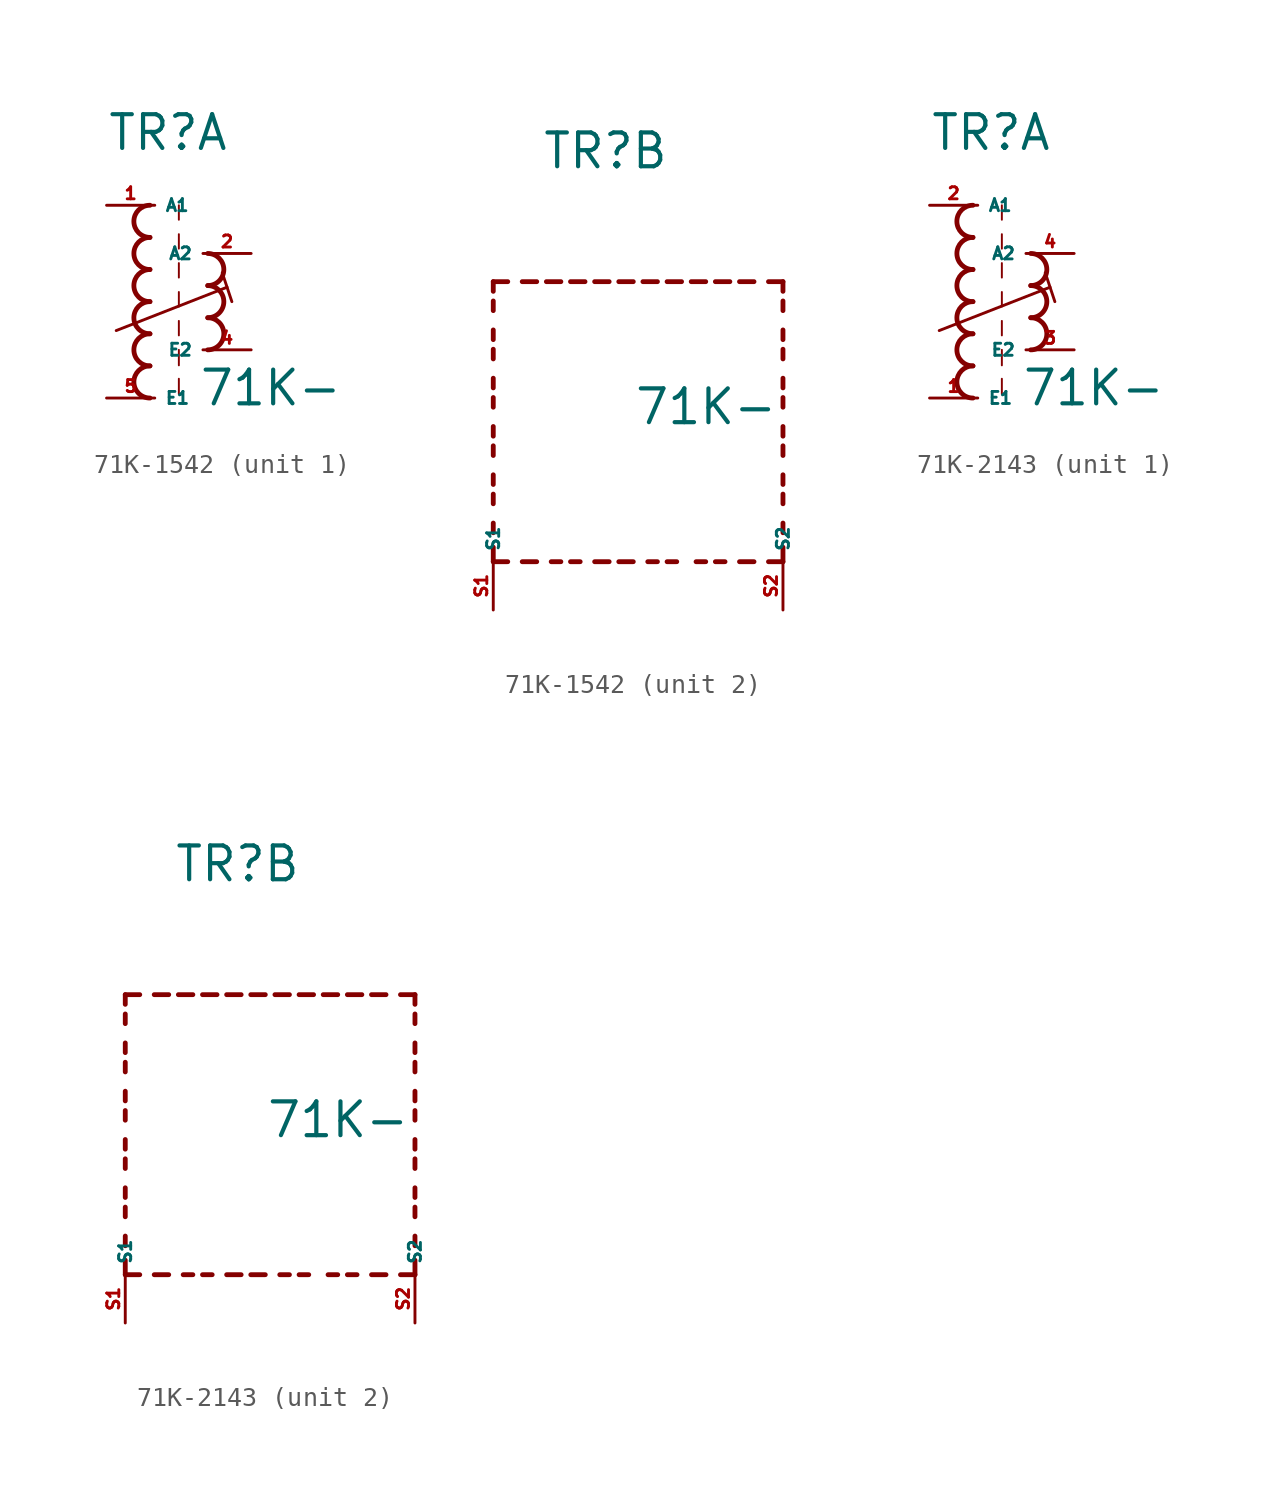
<source format=kicad_sym>
(kicad_symbol_lib
  (version 20220914)
  (generator kicad_symbol_editor)
  (symbol "71K-1542"
    (property "Reference" "TR"
      (at -2.54 7.874 0)
      (effects (font (size 1.778 1.778) (thickness 0.22)) (justify left bottom)))
    (property "Value" "71K-"
      (at 2.286 -5.588 0)
      (effects (font (size 1.778 1.778) (thickness 0.22)) (justify left bottom)))
    (symbol "71K-1542_1_0"
      (arc (start -0.254 -3.3866) (mid -1.1004 -4.2333) (end -0.254 -5.08) (stroke (width 0.254) (type default)) (fill (type none)))
      (arc (start -0.254 -1.6932) (mid -1.1004 -2.5399) (end -0.254 -3.3866) (stroke (width 0.254) (type default)) (fill (type none)))
      (arc (start -0.254 0) (mid -1.1004 -0.8467) (end -0.254 -1.6934) (stroke (width 0.254) (type default)) (fill (type none)))
      (arc (start -0.254 1.6934) (mid -1.1004 0.8467) (end -0.254 0) (stroke (width 0.254) (type default)) (fill (type none)))
      (arc (start -0.254 3.3866) (mid -1.1002 2.54) (end -0.254 1.6934) (stroke (width 0.254) (type default)) (fill (type none)))
      (arc (start -0.254 5.08) (mid -1.1004 4.2333) (end -0.254 3.3866) (stroke (width 0.254) (type default)) (fill (type none)))
      (polyline (pts (xy -2.032 -1.524) (xy 3.81 0.762)) (stroke (width 0.152) (type default)) (fill (type none)))
      (polyline (pts (xy 1.27 -4.064) (xy 1.27 -4.88)) (stroke (width 0.102) (type default)) (fill (type none)))
      (polyline (pts (xy 1.27 -2.54) (xy 1.27 -3.356)) (stroke (width 0.102) (type default)) (fill (type none)))
      (polyline (pts (xy 1.27 -1.016) (xy 1.27 -1.778)) (stroke (width 0.102) (type default)) (fill (type none)))
      (polyline (pts (xy 1.27 0.508) (xy 1.27 -0.254)) (stroke (width 0.102) (type default)) (fill (type none)))
      (polyline (pts (xy 1.27 2.032) (xy 1.27 1.27)) (stroke (width 0.102) (type default)) (fill (type none)))
      (polyline (pts (xy 1.27 3.556) (xy 1.27 2.794)) (stroke (width 0.102) (type default)) (fill (type none)))
      (polyline (pts (xy 1.27 5.08) (xy 1.27 4.318)) (stroke (width 0.102) (type default)) (fill (type none)))
      (polyline (pts (xy 3.556 1.524) (xy 4.064 0)) (stroke (width 0.152) (type default)) (fill (type none)))
      (arc (start 2.794 -2.54) (mid 3.6404 -1.6933) (end 2.794 -0.8466) (stroke (width 0.254) (type default)) (fill (type none)))
      (arc (start 2.794 -0.8466) (mid 3.6402 0) (end 2.794 0.8466) (stroke (width 0.254) (type default)) (fill (type none)))
      (arc (start 2.794 0.8466) (mid 3.6404 1.6933) (end 2.794 2.54) (stroke (width 0.254) (type default)) (fill (type none)))
      (pin passive line (at -2.54 5.08 0) (length 2.54) (name "A1" (effects (font (size 0.635 0.635)))) (number "1" (effects (font (size 0.635 0.635)))))
      (pin passive line (at 5.08 2.54 180) (length 2.54) (name "A2" (effects (font (size 0.635 0.635)))) (number "2" (effects (font (size 0.635 0.635)))))
      (pin passive line (at 5.08 -2.54 180) (length 2.54) (name "E2" (effects (font (size 0.635 0.635)))) (number "4" (effects (font (size 0.635 0.635)))))
      (pin passive line (at -2.54 -5.08 0) (length 2.54) (name "E1" (effects (font (size 0.635 0.635)))) (number "5" (effects (font (size 0.635 0.635))))))
    (symbol "71K-1542_2_0"
      (polyline (pts (xy -5.08 -12.7) (xy -5.08 -11.938)) (stroke (width 0.254) (type default)) (fill (type none)))
      (polyline (pts (xy -5.08 -12.7) (xy -4.318 -12.7)) (stroke (width 0.254) (type default)) (fill (type none)))
      (polyline (pts (xy -5.08 -11.176) (xy -5.08 -10.668)) (stroke (width 0.254) (type default)) (fill (type none)))
      (polyline (pts (xy -5.08 -9.652) (xy -5.08 -9.144)) (stroke (width 0.254) (type default)) (fill (type none)))
      (polyline (pts (xy -5.08 -8.636) (xy -5.08 -8.128)) (stroke (width 0.254) (type default)) (fill (type none)))
      (polyline (pts (xy -5.08 -7.112) (xy -5.08 -6.604)) (stroke (width 0.254) (type default)) (fill (type none)))
      (polyline (pts (xy -5.08 -6.096) (xy -5.08 -5.588)) (stroke (width 0.254) (type default)) (fill (type none)))
      (polyline (pts (xy -5.08 -4.572) (xy -5.08 -4.064)) (stroke (width 0.254) (type default)) (fill (type none)))
      (polyline (pts (xy -5.08 -3.556) (xy -5.08 -3.048)) (stroke (width 0.254) (type default)) (fill (type none)))
      (polyline (pts (xy -5.08 -2.032) (xy -5.08 -1.524)) (stroke (width 0.254) (type default)) (fill (type none)))
      (polyline (pts (xy -5.08 -1.016) (xy -5.08 -0.508)) (stroke (width 0.254) (type default)) (fill (type none)))
      (polyline (pts (xy -5.08 0.508) (xy -5.08 1.016)) (stroke (width 0.254) (type default)) (fill (type none)))
      (polyline (pts (xy -5.08 1.524) (xy -5.08 2.032)) (stroke (width 0.254) (type default)) (fill (type none)))
      (polyline (pts (xy -5.08 2.032) (xy -4.318 2.032)) (stroke (width 0.254) (type default)) (fill (type none)))
      (polyline (pts (xy -3.556 -12.7) (xy -2.794 -12.7)) (stroke (width 0.254) (type default)) (fill (type none)))
      (polyline (pts (xy -3.556 2.032) (xy -2.794 2.032)) (stroke (width 0.254) (type default)) (fill (type none)))
      (polyline (pts (xy -1.524 -12.7) (xy -2.032 -12.7)) (stroke (width 0.254) (type default)) (fill (type none)))
      (polyline (pts (xy -1.524 2.032) (xy -2.286 2.032)) (stroke (width 0.254) (type default)) (fill (type none)))
      (polyline (pts (xy -1.016 2.032) (xy -0.254 2.032)) (stroke (width 0.254) (type default)) (fill (type none)))
      (polyline (pts (xy -0.508 -12.7) (xy -1.016 -12.7)) (stroke (width 0.254) (type default)) (fill (type none)))
      (polyline (pts (xy 1.016 -12.7) (xy 0.254 -12.7)) (stroke (width 0.254) (type default)) (fill (type none)))
      (polyline (pts (xy 1.016 2.032) (xy 0.254 2.032)) (stroke (width 0.254) (type default)) (fill (type none)))
      (polyline (pts (xy 1.524 -12.7) (xy 2.286 -12.7)) (stroke (width 0.254) (type default)) (fill (type none)))
      (polyline (pts (xy 1.524 2.032) (xy 2.286 2.032)) (stroke (width 0.254) (type default)) (fill (type none)))
      (polyline (pts (xy 3.556 -12.7) (xy 3.048 -12.7)) (stroke (width 0.254) (type default)) (fill (type none)))
      (polyline (pts (xy 3.556 2.032) (xy 2.794 2.032)) (stroke (width 0.254) (type default)) (fill (type none)))
      (polyline (pts (xy 4.064 2.032) (xy 4.826 2.032)) (stroke (width 0.254) (type default)) (fill (type none)))
      (polyline (pts (xy 4.572 -12.7) (xy 4.064 -12.7)) (stroke (width 0.254) (type default)) (fill (type none)))
      (polyline (pts (xy 6.096 -12.7) (xy 5.588 -12.7)) (stroke (width 0.254) (type default)) (fill (type none)))
      (polyline (pts (xy 6.096 2.032) (xy 5.334 2.032)) (stroke (width 0.254) (type default)) (fill (type none)))
      (polyline (pts (xy 6.604 2.032) (xy 7.366 2.032)) (stroke (width 0.254) (type default)) (fill (type none)))
      (polyline (pts (xy 7.112 -12.7) (xy 6.604 -12.7)) (stroke (width 0.254) (type default)) (fill (type none)))
      (polyline (pts (xy 8.636 -12.7) (xy 7.874 -12.7)) (stroke (width 0.254) (type default)) (fill (type none)))
      (polyline (pts (xy 8.636 2.032) (xy 7.874 2.032)) (stroke (width 0.254) (type default)) (fill (type none)))
      (polyline (pts (xy 10.16 -12.7) (xy 9.398 -12.7)) (stroke (width 0.254) (type default)) (fill (type none)))
      (polyline (pts (xy 10.16 -12.7) (xy 10.16 -11.938)) (stroke (width 0.254) (type default)) (fill (type none)))
      (polyline (pts (xy 10.16 -11.176) (xy 10.16 -10.668)) (stroke (width 0.254) (type default)) (fill (type none)))
      (polyline (pts (xy 10.16 -9.652) (xy 10.16 -9.144)) (stroke (width 0.254) (type default)) (fill (type none)))
      (polyline (pts (xy 10.16 -8.636) (xy 10.16 -8.128)) (stroke (width 0.254) (type default)) (fill (type none)))
      (polyline (pts (xy 10.16 -7.112) (xy 10.16 -6.604)) (stroke (width 0.254) (type default)) (fill (type none)))
      (polyline (pts (xy 10.16 -6.096) (xy 10.16 -5.588)) (stroke (width 0.254) (type default)) (fill (type none)))
      (polyline (pts (xy 10.16 -4.572) (xy 10.16 -4.064)) (stroke (width 0.254) (type default)) (fill (type none)))
      (polyline (pts (xy 10.16 -3.556) (xy 10.16 -3.048)) (stroke (width 0.254) (type default)) (fill (type none)))
      (polyline (pts (xy 10.16 -2.032) (xy 10.16 -1.524)) (stroke (width 0.254) (type default)) (fill (type none)))
      (polyline (pts (xy 10.16 -1.016) (xy 10.16 -0.508)) (stroke (width 0.254) (type default)) (fill (type none)))
      (polyline (pts (xy 10.16 0.508) (xy 10.16 1.016)) (stroke (width 0.254) (type default)) (fill (type none)))
      (polyline (pts (xy 10.16 1.524) (xy 10.16 2.032)) (stroke (width 0.254) (type default)) (fill (type none)))
      (polyline (pts (xy 10.16 2.032) (xy 9.398 2.032)) (stroke (width 0.254) (type default)) (fill (type none)))
      (pin passive line (at -5.08 -15.24 90) (length 2.54) (name "S1" (effects (font (size 0.635 0.635)))) (number "S1" (effects (font (size 0.635 0.635)))))
      (pin passive line (at 10.16 -15.24 90) (length 2.54) (name "S2" (effects (font (size 0.635 0.635)))) (number "S2" (effects (font (size 0.635 0.635)))))))
  (symbol "71K-2143"
    (property "Reference" "TR"
      (at -2.54 7.874 0)
      (effects (font (size 1.778 1.778) (thickness 0.22)) (justify left bottom)))
    (property "Value" "71K-"
      (at 2.286 -5.588 0)
      (effects (font (size 1.778 1.778) (thickness 0.22)) (justify left bottom)))
    (symbol "71K-2143_1_0"
      (arc (start -0.254 -3.3866) (mid -1.1004 -4.2333) (end -0.254 -5.08) (stroke (width 0.254) (type default)) (fill (type none)))
      (arc (start -0.254 -1.6932) (mid -1.1004 -2.5399) (end -0.254 -3.3866) (stroke (width 0.254) (type default)) (fill (type none)))
      (arc (start -0.254 0) (mid -1.1004 -0.8467) (end -0.254 -1.6934) (stroke (width 0.254) (type default)) (fill (type none)))
      (arc (start -0.254 1.6934) (mid -1.1004 0.8467) (end -0.254 0) (stroke (width 0.254) (type default)) (fill (type none)))
      (arc (start -0.254 3.3866) (mid -1.1002 2.54) (end -0.254 1.6934) (stroke (width 0.254) (type default)) (fill (type none)))
      (arc (start -0.254 5.08) (mid -1.1004 4.2333) (end -0.254 3.3866) (stroke (width 0.254) (type default)) (fill (type none)))
      (polyline (pts (xy -2.032 -1.524) (xy 3.81 0.762)) (stroke (width 0.152) (type default)) (fill (type none)))
      (polyline (pts (xy 1.27 -4.064) (xy 1.27 -4.88)) (stroke (width 0.102) (type default)) (fill (type none)))
      (polyline (pts (xy 1.27 -2.54) (xy 1.27 -3.356)) (stroke (width 0.102) (type default)) (fill (type none)))
      (polyline (pts (xy 1.27 -1.016) (xy 1.27 -1.778)) (stroke (width 0.102) (type default)) (fill (type none)))
      (polyline (pts (xy 1.27 0.508) (xy 1.27 -0.254)) (stroke (width 0.102) (type default)) (fill (type none)))
      (polyline (pts (xy 1.27 2.032) (xy 1.27 1.27)) (stroke (width 0.102) (type default)) (fill (type none)))
      (polyline (pts (xy 1.27 3.556) (xy 1.27 2.794)) (stroke (width 0.102) (type default)) (fill (type none)))
      (polyline (pts (xy 1.27 5.08) (xy 1.27 4.318)) (stroke (width 0.102) (type default)) (fill (type none)))
      (polyline (pts (xy 3.556 1.524) (xy 4.064 0)) (stroke (width 0.152) (type default)) (fill (type none)))
      (arc (start 2.794 -2.54) (mid 3.6404 -1.6933) (end 2.794 -0.8466) (stroke (width 0.254) (type default)) (fill (type none)))
      (arc (start 2.794 -0.8466) (mid 3.6402 0) (end 2.794 0.8466) (stroke (width 0.254) (type default)) (fill (type none)))
      (arc (start 2.794 0.8466) (mid 3.6404 1.6933) (end 2.794 2.54) (stroke (width 0.254) (type default)) (fill (type none)))
      (pin passive line (at -2.54 -5.08 0) (length 2.54) (name "E1" (effects (font (size 0.635 0.635)))) (number "1" (effects (font (size 0.635 0.635)))))
      (pin passive line (at -2.54 5.08 0) (length 2.54) (name "A1" (effects (font (size 0.635 0.635)))) (number "2" (effects (font (size 0.635 0.635)))))
      (pin passive line (at 5.08 -2.54 180) (length 2.54) (name "E2" (effects (font (size 0.635 0.635)))) (number "3" (effects (font (size 0.635 0.635)))))
      (pin passive line (at 5.08 2.54 180) (length 2.54) (name "A2" (effects (font (size 0.635 0.635)))) (number "4" (effects (font (size 0.635 0.635))))))
    (symbol "71K-2143_2_0"
      (polyline (pts (xy -5.08 -12.7) (xy -5.08 -11.938)) (stroke (width 0.254) (type default)) (fill (type none)))
      (polyline (pts (xy -5.08 -12.7) (xy -4.318 -12.7)) (stroke (width 0.254) (type default)) (fill (type none)))
      (polyline (pts (xy -5.08 -11.176) (xy -5.08 -10.668)) (stroke (width 0.254) (type default)) (fill (type none)))
      (polyline (pts (xy -5.08 -9.652) (xy -5.08 -9.144)) (stroke (width 0.254) (type default)) (fill (type none)))
      (polyline (pts (xy -5.08 -8.636) (xy -5.08 -8.128)) (stroke (width 0.254) (type default)) (fill (type none)))
      (polyline (pts (xy -5.08 -7.112) (xy -5.08 -6.604)) (stroke (width 0.254) (type default)) (fill (type none)))
      (polyline (pts (xy -5.08 -6.096) (xy -5.08 -5.588)) (stroke (width 0.254) (type default)) (fill (type none)))
      (polyline (pts (xy -5.08 -4.572) (xy -5.08 -4.064)) (stroke (width 0.254) (type default)) (fill (type none)))
      (polyline (pts (xy -5.08 -3.556) (xy -5.08 -3.048)) (stroke (width 0.254) (type default)) (fill (type none)))
      (polyline (pts (xy -5.08 -2.032) (xy -5.08 -1.524)) (stroke (width 0.254) (type default)) (fill (type none)))
      (polyline (pts (xy -5.08 -1.016) (xy -5.08 -0.508)) (stroke (width 0.254) (type default)) (fill (type none)))
      (polyline (pts (xy -5.08 0.508) (xy -5.08 1.016)) (stroke (width 0.254) (type default)) (fill (type none)))
      (polyline (pts (xy -5.08 1.524) (xy -5.08 2.032)) (stroke (width 0.254) (type default)) (fill (type none)))
      (polyline (pts (xy -5.08 2.032) (xy -4.318 2.032)) (stroke (width 0.254) (type default)) (fill (type none)))
      (polyline (pts (xy -3.556 -12.7) (xy -2.794 -12.7)) (stroke (width 0.254) (type default)) (fill (type none)))
      (polyline (pts (xy -3.556 2.032) (xy -2.794 2.032)) (stroke (width 0.254) (type default)) (fill (type none)))
      (polyline (pts (xy -1.524 -12.7) (xy -2.032 -12.7)) (stroke (width 0.254) (type default)) (fill (type none)))
      (polyline (pts (xy -1.524 2.032) (xy -2.286 2.032)) (stroke (width 0.254) (type default)) (fill (type none)))
      (polyline (pts (xy -1.016 2.032) (xy -0.254 2.032)) (stroke (width 0.254) (type default)) (fill (type none)))
      (polyline (pts (xy -0.508 -12.7) (xy -1.016 -12.7)) (stroke (width 0.254) (type default)) (fill (type none)))
      (polyline (pts (xy 1.016 -12.7) (xy 0.254 -12.7)) (stroke (width 0.254) (type default)) (fill (type none)))
      (polyline (pts (xy 1.016 2.032) (xy 0.254 2.032)) (stroke (width 0.254) (type default)) (fill (type none)))
      (polyline (pts (xy 1.524 -12.7) (xy 2.286 -12.7)) (stroke (width 0.254) (type default)) (fill (type none)))
      (polyline (pts (xy 1.524 2.032) (xy 2.286 2.032)) (stroke (width 0.254) (type default)) (fill (type none)))
      (polyline (pts (xy 3.556 -12.7) (xy 3.048 -12.7)) (stroke (width 0.254) (type default)) (fill (type none)))
      (polyline (pts (xy 3.556 2.032) (xy 2.794 2.032)) (stroke (width 0.254) (type default)) (fill (type none)))
      (polyline (pts (xy 4.064 2.032) (xy 4.826 2.032)) (stroke (width 0.254) (type default)) (fill (type none)))
      (polyline (pts (xy 4.572 -12.7) (xy 4.064 -12.7)) (stroke (width 0.254) (type default)) (fill (type none)))
      (polyline (pts (xy 6.096 -12.7) (xy 5.588 -12.7)) (stroke (width 0.254) (type default)) (fill (type none)))
      (polyline (pts (xy 6.096 2.032) (xy 5.334 2.032)) (stroke (width 0.254) (type default)) (fill (type none)))
      (polyline (pts (xy 6.604 2.032) (xy 7.366 2.032)) (stroke (width 0.254) (type default)) (fill (type none)))
      (polyline (pts (xy 7.112 -12.7) (xy 6.604 -12.7)) (stroke (width 0.254) (type default)) (fill (type none)))
      (polyline (pts (xy 8.636 -12.7) (xy 7.874 -12.7)) (stroke (width 0.254) (type default)) (fill (type none)))
      (polyline (pts (xy 8.636 2.032) (xy 7.874 2.032)) (stroke (width 0.254) (type default)) (fill (type none)))
      (polyline (pts (xy 10.16 -12.7) (xy 9.398 -12.7)) (stroke (width 0.254) (type default)) (fill (type none)))
      (polyline (pts (xy 10.16 -12.7) (xy 10.16 -11.938)) (stroke (width 0.254) (type default)) (fill (type none)))
      (polyline (pts (xy 10.16 -11.176) (xy 10.16 -10.668)) (stroke (width 0.254) (type default)) (fill (type none)))
      (polyline (pts (xy 10.16 -9.652) (xy 10.16 -9.144)) (stroke (width 0.254) (type default)) (fill (type none)))
      (polyline (pts (xy 10.16 -8.636) (xy 10.16 -8.128)) (stroke (width 0.254) (type default)) (fill (type none)))
      (polyline (pts (xy 10.16 -7.112) (xy 10.16 -6.604)) (stroke (width 0.254) (type default)) (fill (type none)))
      (polyline (pts (xy 10.16 -6.096) (xy 10.16 -5.588)) (stroke (width 0.254) (type default)) (fill (type none)))
      (polyline (pts (xy 10.16 -4.572) (xy 10.16 -4.064)) (stroke (width 0.254) (type default)) (fill (type none)))
      (polyline (pts (xy 10.16 -3.556) (xy 10.16 -3.048)) (stroke (width 0.254) (type default)) (fill (type none)))
      (polyline (pts (xy 10.16 -2.032) (xy 10.16 -1.524)) (stroke (width 0.254) (type default)) (fill (type none)))
      (polyline (pts (xy 10.16 -1.016) (xy 10.16 -0.508)) (stroke (width 0.254) (type default)) (fill (type none)))
      (polyline (pts (xy 10.16 0.508) (xy 10.16 1.016)) (stroke (width 0.254) (type default)) (fill (type none)))
      (polyline (pts (xy 10.16 1.524) (xy 10.16 2.032)) (stroke (width 0.254) (type default)) (fill (type none)))
      (polyline (pts (xy 10.16 2.032) (xy 9.398 2.032)) (stroke (width 0.254) (type default)) (fill (type none)))
      (pin passive line (at -5.08 -15.24 90) (length 2.54) (name "S1" (effects (font (size 0.635 0.635)))) (number "S1" (effects (font (size 0.635 0.635)))))
      (pin passive line (at 10.16 -15.24 90) (length 2.54) (name "S2" (effects (font (size 0.635 0.635)))) (number "S2" (effects (font (size 0.635 0.635))))))))
</source>
